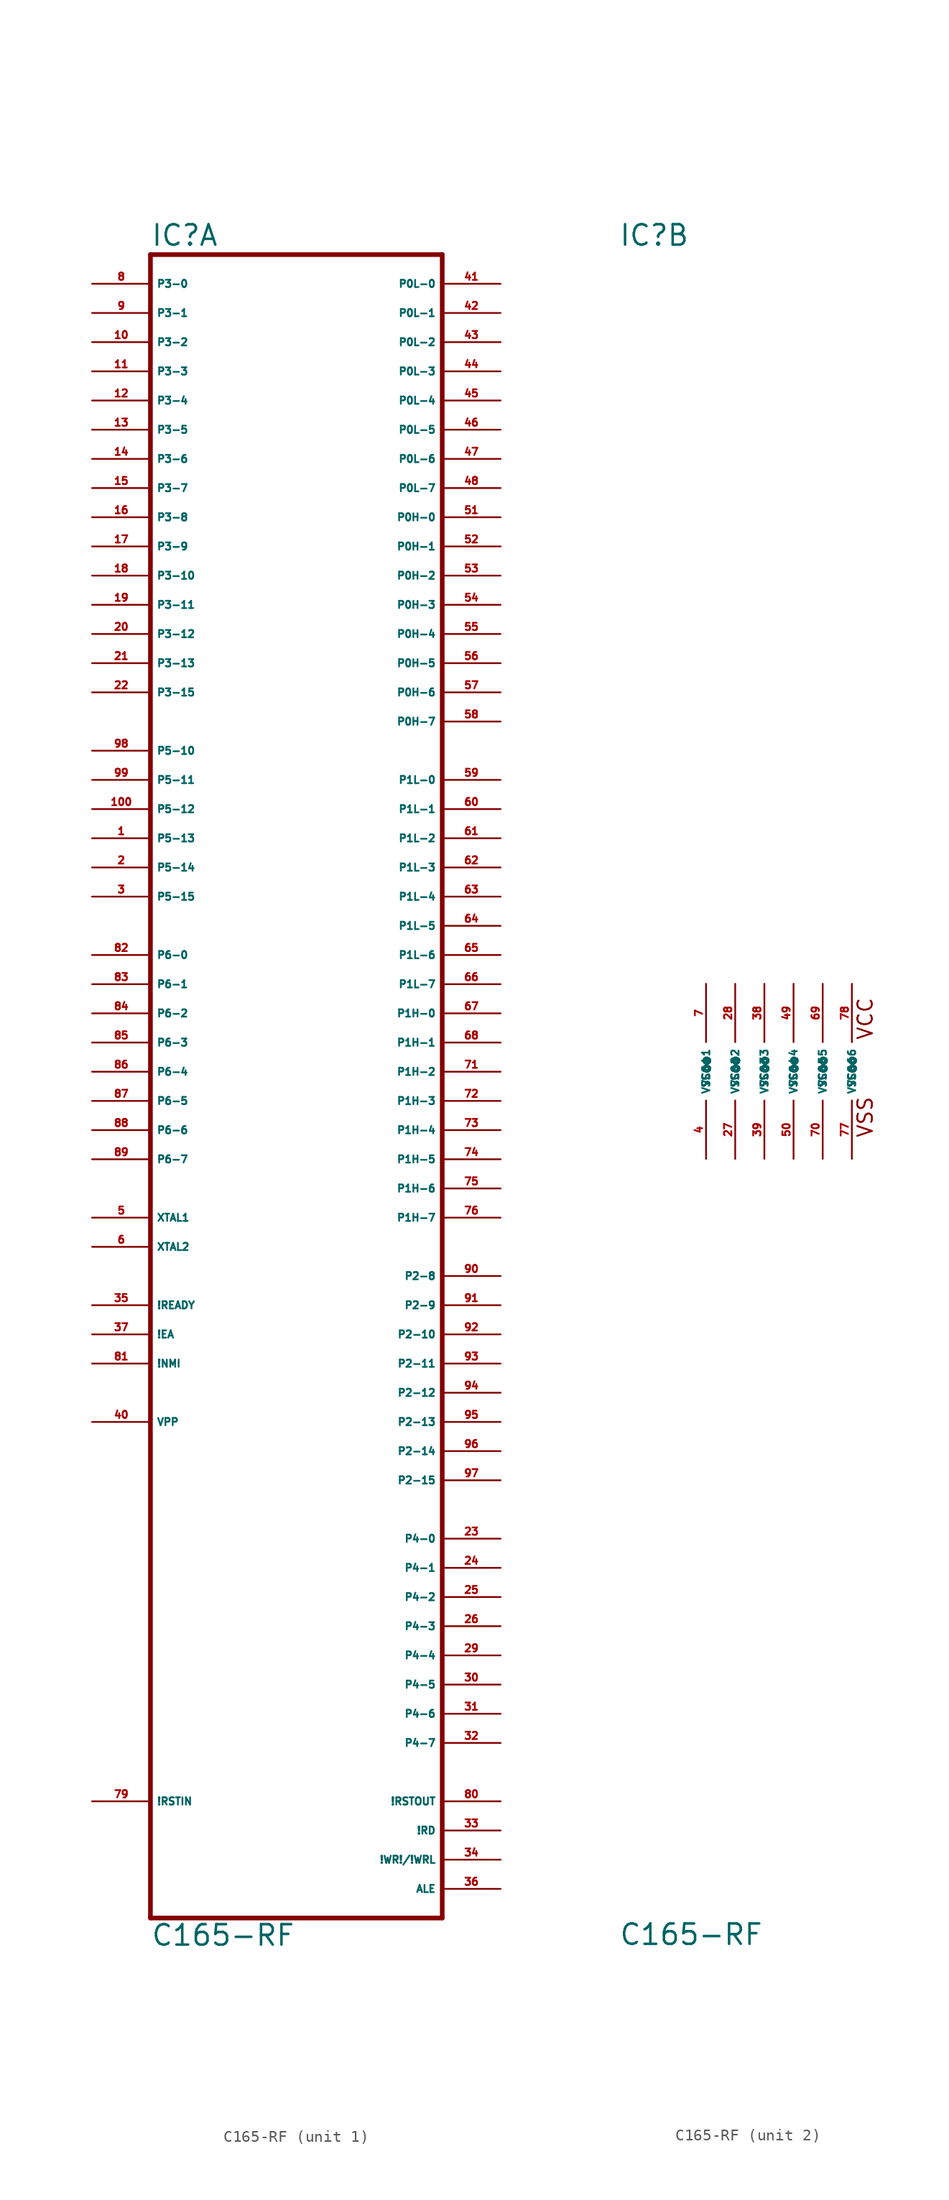
<source format=kicad_sym>
(kicad_symbol_lib
  (version 20220914)
  (generator Eagle2Kicad)
  (symbol "C165-RF"
    (property "Reference" "IC"
      (at -12.7 71.755 0)
      (effects (font (size 1.778 1.778) (thickness 0.22)) (justify left bottom)))
    (property "Value" "C165-RF"
      (at -12.7 -76.2 0)
      (effects (font (size 1.778 1.778) (thickness 0.22)) (justify left bottom)))
    (symbol "C165-RF_1_0"
      (polyline (pts (xy 12.7 71.12) (xy -12.7 71.12)) (stroke (width 0.406) (type default)) (fill (type none)))
      (polyline (pts (xy -12.7 71.12) (xy -12.7 -73.66)) (stroke (width 0.406) (type default)) (fill (type none)))
      (polyline (pts (xy -12.7 -73.66) (xy 12.7 -73.66)) (stroke (width 0.406) (type default)) (fill (type none)))
      (polyline (pts (xy 12.7 -73.66) (xy 12.7 71.12)) (stroke (width 0.406) (type default)) (fill (type none)))
      (pin bidirectional line (at 17.78 66.04 180) (length 5.08) (name "P0L-1" (effects (font (size 0.635 0.635) (thickness 0.08)) (justify left bottom))) (number "42" (effects (font (size 0.635 0.635) (thickness 0.08)) (justify left bottom))))
      (pin bidirectional line (at 17.78 63.5 180) (length 5.08) (name "P0L-2" (effects (font (size 0.635 0.635) (thickness 0.08)) (justify left bottom))) (number "43" (effects (font (size 0.635 0.635) (thickness 0.08)) (justify left bottom))))
      (pin bidirectional line (at 17.78 60.96 180) (length 5.08) (name "P0L-3" (effects (font (size 0.635 0.635) (thickness 0.08)) (justify left bottom))) (number "44" (effects (font (size 0.635 0.635) (thickness 0.08)) (justify left bottom))))
      (pin bidirectional line (at 17.78 58.42 180) (length 5.08) (name "P0L-4" (effects (font (size 0.635 0.635) (thickness 0.08)) (justify left bottom))) (number "45" (effects (font (size 0.635 0.635) (thickness 0.08)) (justify left bottom))))
      (pin bidirectional line (at 17.78 55.88 180) (length 5.08) (name "P0L-5" (effects (font (size 0.635 0.635) (thickness 0.08)) (justify left bottom))) (number "46" (effects (font (size 0.635 0.635) (thickness 0.08)) (justify left bottom))))
      (pin bidirectional line (at 17.78 53.34 180) (length 5.08) (name "P0L-6" (effects (font (size 0.635 0.635) (thickness 0.08)) (justify left bottom))) (number "47" (effects (font (size 0.635 0.635) (thickness 0.08)) (justify left bottom))))
      (pin bidirectional line (at 17.78 50.8 180) (length 5.08) (name "P0L-7" (effects (font (size 0.635 0.635) (thickness 0.08)) (justify left bottom))) (number "48" (effects (font (size 0.635 0.635) (thickness 0.08)) (justify left bottom))))
      (pin bidirectional line (at 17.78 48.26 180) (length 5.08) (name "P0H-0" (effects (font (size 0.635 0.635) (thickness 0.08)) (justify left bottom))) (number "51" (effects (font (size 0.635 0.635) (thickness 0.08)) (justify left bottom))))
      (pin bidirectional line (at 17.78 45.72 180) (length 5.08) (name "P0H-1" (effects (font (size 0.635 0.635) (thickness 0.08)) (justify left bottom))) (number "52" (effects (font (size 0.635 0.635) (thickness 0.08)) (justify left bottom))))
      (pin bidirectional line (at 17.78 43.18 180) (length 5.08) (name "P0H-2" (effects (font (size 0.635 0.635) (thickness 0.08)) (justify left bottom))) (number "53" (effects (font (size 0.635 0.635) (thickness 0.08)) (justify left bottom))))
      (pin bidirectional line (at 17.78 40.64 180) (length 5.08) (name "P0H-3" (effects (font (size 0.635 0.635) (thickness 0.08)) (justify left bottom))) (number "54" (effects (font (size 0.635 0.635) (thickness 0.08)) (justify left bottom))))
      (pin bidirectional line (at 17.78 38.1 180) (length 5.08) (name "P0H-4" (effects (font (size 0.635 0.635) (thickness 0.08)) (justify left bottom))) (number "55" (effects (font (size 0.635 0.635) (thickness 0.08)) (justify left bottom))))
      (pin bidirectional line (at 17.78 35.56 180) (length 5.08) (name "P0H-5" (effects (font (size 0.635 0.635) (thickness 0.08)) (justify left bottom))) (number "56" (effects (font (size 0.635 0.635) (thickness 0.08)) (justify left bottom))))
      (pin bidirectional line (at 17.78 33.02 180) (length 5.08) (name "P0H-6" (effects (font (size 0.635 0.635) (thickness 0.08)) (justify left bottom))) (number "57" (effects (font (size 0.635 0.635) (thickness 0.08)) (justify left bottom))))
      (pin bidirectional line (at 17.78 30.48 180) (length 5.08) (name "P0H-7" (effects (font (size 0.635 0.635) (thickness 0.08)) (justify left bottom))) (number "58" (effects (font (size 0.635 0.635) (thickness 0.08)) (justify left bottom))))
      (pin bidirectional line (at 17.78 68.58 180) (length 5.08) (name "P0L-0" (effects (font (size 0.635 0.635) (thickness 0.08)) (justify left bottom))) (number "41" (effects (font (size 0.635 0.635) (thickness 0.08)) (justify left bottom))))
      (pin input line (at -17.78 20.32 0) (length 5.08) (name "P5-13" (effects (font (size 0.635 0.635) (thickness 0.08)) (justify left bottom))) (number "1" (effects (font (size 0.635 0.635) (thickness 0.08)) (justify left bottom))))
      (pin input line (at -17.78 17.78 0) (length 5.08) (name "P5-14" (effects (font (size 0.635 0.635) (thickness 0.08)) (justify left bottom))) (number "2" (effects (font (size 0.635 0.635) (thickness 0.08)) (justify left bottom))))
      (pin input line (at -17.78 15.24 0) (length 5.08) (name "P5-15" (effects (font (size 0.635 0.635) (thickness 0.08)) (justify left bottom))) (number "3" (effects (font (size 0.635 0.635) (thickness 0.08)) (justify left bottom))))
      (pin bidirectional line (at -17.78 10.16 0) (length 5.08) (name "P6-0" (effects (font (size 0.635 0.635) (thickness 0.08)) (justify left bottom))) (number "82" (effects (font (size 0.635 0.635) (thickness 0.08)) (justify left bottom))))
      (pin bidirectional line (at -17.78 7.62 0) (length 5.08) (name "P6-1" (effects (font (size 0.635 0.635) (thickness 0.08)) (justify left bottom))) (number "83" (effects (font (size 0.635 0.635) (thickness 0.08)) (justify left bottom))))
      (pin bidirectional line (at -17.78 5.08 0) (length 5.08) (name "P6-2" (effects (font (size 0.635 0.635) (thickness 0.08)) (justify left bottom))) (number "84" (effects (font (size 0.635 0.635) (thickness 0.08)) (justify left bottom))))
      (pin bidirectional line (at -17.78 2.54 0) (length 5.08) (name "P6-3" (effects (font (size 0.635 0.635) (thickness 0.08)) (justify left bottom))) (number "85" (effects (font (size 0.635 0.635) (thickness 0.08)) (justify left bottom))))
      (pin bidirectional line (at -17.78 0 0) (length 5.08) (name "P6-4" (effects (font (size 0.635 0.635) (thickness 0.08)) (justify left bottom))) (number "86" (effects (font (size 0.635 0.635) (thickness 0.08)) (justify left bottom))))
      (pin bidirectional line (at -17.78 -2.54 0) (length 5.08) (name "P6-5" (effects (font (size 0.635 0.635) (thickness 0.08)) (justify left bottom))) (number "87" (effects (font (size 0.635 0.635) (thickness 0.08)) (justify left bottom))))
      (pin bidirectional line (at -17.78 -5.08 0) (length 5.08) (name "P6-6" (effects (font (size 0.635 0.635) (thickness 0.08)) (justify left bottom))) (number "88" (effects (font (size 0.635 0.635) (thickness 0.08)) (justify left bottom))))
      (pin bidirectional line (at 17.78 25.4 180) (length 5.08) (name "P1L-0" (effects (font (size 0.635 0.635) (thickness 0.08)) (justify left bottom))) (number "59" (effects (font (size 0.635 0.635) (thickness 0.08)) (justify left bottom))))
      (pin bidirectional line (at 17.78 22.86 180) (length 5.08) (name "P1L-1" (effects (font (size 0.635 0.635) (thickness 0.08)) (justify left bottom))) (number "60" (effects (font (size 0.635 0.635) (thickness 0.08)) (justify left bottom))))
      (pin bidirectional line (at 17.78 20.32 180) (length 5.08) (name "P1L-2" (effects (font (size 0.635 0.635) (thickness 0.08)) (justify left bottom))) (number "61" (effects (font (size 0.635 0.635) (thickness 0.08)) (justify left bottom))))
      (pin bidirectional line (at 17.78 17.78 180) (length 5.08) (name "P1L-3" (effects (font (size 0.635 0.635) (thickness 0.08)) (justify left bottom))) (number "62" (effects (font (size 0.635 0.635) (thickness 0.08)) (justify left bottom))))
      (pin bidirectional line (at 17.78 15.24 180) (length 5.08) (name "P1L-4" (effects (font (size 0.635 0.635) (thickness 0.08)) (justify left bottom))) (number "63" (effects (font (size 0.635 0.635) (thickness 0.08)) (justify left bottom))))
      (pin bidirectional line (at 17.78 12.7 180) (length 5.08) (name "P1L-5" (effects (font (size 0.635 0.635) (thickness 0.08)) (justify left bottom))) (number "64" (effects (font (size 0.635 0.635) (thickness 0.08)) (justify left bottom))))
      (pin bidirectional line (at 17.78 10.16 180) (length 5.08) (name "P1L-6" (effects (font (size 0.635 0.635) (thickness 0.08)) (justify left bottom))) (number "65" (effects (font (size 0.635 0.635) (thickness 0.08)) (justify left bottom))))
      (pin bidirectional line (at 17.78 7.62 180) (length 5.08) (name "P1L-7" (effects (font (size 0.635 0.635) (thickness 0.08)) (justify left bottom))) (number "66" (effects (font (size 0.635 0.635) (thickness 0.08)) (justify left bottom))))
      (pin bidirectional line (at 17.78 5.08 180) (length 5.08) (name "P1H-0" (effects (font (size 0.635 0.635) (thickness 0.08)) (justify left bottom))) (number "67" (effects (font (size 0.635 0.635) (thickness 0.08)) (justify left bottom))))
      (pin bidirectional line (at 17.78 2.54 180) (length 5.08) (name "P1H-1" (effects (font (size 0.635 0.635) (thickness 0.08)) (justify left bottom))) (number "68" (effects (font (size 0.635 0.635) (thickness 0.08)) (justify left bottom))))
      (pin bidirectional line (at 17.78 0 180) (length 5.08) (name "P1H-2" (effects (font (size 0.635 0.635) (thickness 0.08)) (justify left bottom))) (number "71" (effects (font (size 0.635 0.635) (thickness 0.08)) (justify left bottom))))
      (pin bidirectional line (at 17.78 -2.54 180) (length 5.08) (name "P1H-3" (effects (font (size 0.635 0.635) (thickness 0.08)) (justify left bottom))) (number "72" (effects (font (size 0.635 0.635) (thickness 0.08)) (justify left bottom))))
      (pin bidirectional line (at 17.78 -5.08 180) (length 5.08) (name "P1H-4" (effects (font (size 0.635 0.635) (thickness 0.08)) (justify left bottom))) (number "73" (effects (font (size 0.635 0.635) (thickness 0.08)) (justify left bottom))))
      (pin bidirectional line (at 17.78 -7.62 180) (length 5.08) (name "P1H-5" (effects (font (size 0.635 0.635) (thickness 0.08)) (justify left bottom))) (number "74" (effects (font (size 0.635 0.635) (thickness 0.08)) (justify left bottom))))
      (pin bidirectional line (at 17.78 -10.16 180) (length 5.08) (name "P1H-6" (effects (font (size 0.635 0.635) (thickness 0.08)) (justify left bottom))) (number "75" (effects (font (size 0.635 0.635) (thickness 0.08)) (justify left bottom))))
      (pin bidirectional line (at 17.78 -12.7 180) (length 5.08) (name "P1H-7" (effects (font (size 0.635 0.635) (thickness 0.08)) (justify left bottom))) (number "76" (effects (font (size 0.635 0.635) (thickness 0.08)) (justify left bottom))))
      (pin bidirectional line (at 17.78 -17.78 180) (length 5.08) (name "P2-8" (effects (font (size 0.635 0.635) (thickness 0.08)) (justify left bottom))) (number "90" (effects (font (size 0.635 0.635) (thickness 0.08)) (justify left bottom))))
      (pin bidirectional line (at 17.78 -20.32 180) (length 5.08) (name "P2-9" (effects (font (size 0.635 0.635) (thickness 0.08)) (justify left bottom))) (number "91" (effects (font (size 0.635 0.635) (thickness 0.08)) (justify left bottom))))
      (pin bidirectional line (at 17.78 -22.86 180) (length 5.08) (name "P2-10" (effects (font (size 0.635 0.635) (thickness 0.08)) (justify left bottom))) (number "92" (effects (font (size 0.635 0.635) (thickness 0.08)) (justify left bottom))))
      (pin bidirectional line (at 17.78 -25.4 180) (length 5.08) (name "P2-11" (effects (font (size 0.635 0.635) (thickness 0.08)) (justify left bottom))) (number "93" (effects (font (size 0.635 0.635) (thickness 0.08)) (justify left bottom))))
      (pin bidirectional line (at 17.78 -27.94 180) (length 5.08) (name "P2-12" (effects (font (size 0.635 0.635) (thickness 0.08)) (justify left bottom))) (number "94" (effects (font (size 0.635 0.635) (thickness 0.08)) (justify left bottom))))
      (pin bidirectional line (at 17.78 -33.02 180) (length 5.08) (name "P2-14" (effects (font (size 0.635 0.635) (thickness 0.08)) (justify left bottom))) (number "96" (effects (font (size 0.635 0.635) (thickness 0.08)) (justify left bottom))))
      (pin bidirectional line (at 17.78 -35.56 180) (length 5.08) (name "P2-15" (effects (font (size 0.635 0.635) (thickness 0.08)) (justify left bottom))) (number "97" (effects (font (size 0.635 0.635) (thickness 0.08)) (justify left bottom))))
      (pin bidirectional line (at 17.78 -30.48 180) (length 5.08) (name "P2-13" (effects (font (size 0.635 0.635) (thickness 0.08)) (justify left bottom))) (number "95" (effects (font (size 0.635 0.635) (thickness 0.08)) (justify left bottom))))
      (pin bidirectional line (at 17.78 -40.64 180) (length 5.08) (name "P4-0" (effects (font (size 0.635 0.635) (thickness 0.08)) (justify left bottom))) (number "23" (effects (font (size 0.635 0.635) (thickness 0.08)) (justify left bottom))))
      (pin bidirectional line (at 17.78 -43.18 180) (length 5.08) (name "P4-1" (effects (font (size 0.635 0.635) (thickness 0.08)) (justify left bottom))) (number "24" (effects (font (size 0.635 0.635) (thickness 0.08)) (justify left bottom))))
      (pin bidirectional line (at 17.78 -45.72 180) (length 5.08) (name "P4-2" (effects (font (size 0.635 0.635) (thickness 0.08)) (justify left bottom))) (number "25" (effects (font (size 0.635 0.635) (thickness 0.08)) (justify left bottom))))
      (pin bidirectional line (at 17.78 -48.26 180) (length 5.08) (name "P4-3" (effects (font (size 0.635 0.635) (thickness 0.08)) (justify left bottom))) (number "26" (effects (font (size 0.635 0.635) (thickness 0.08)) (justify left bottom))))
      (pin bidirectional line (at 17.78 -50.8 180) (length 5.08) (name "P4-4" (effects (font (size 0.635 0.635) (thickness 0.08)) (justify left bottom))) (number "29" (effects (font (size 0.635 0.635) (thickness 0.08)) (justify left bottom))))
      (pin bidirectional line (at 17.78 -53.34 180) (length 5.08) (name "P4-5" (effects (font (size 0.635 0.635) (thickness 0.08)) (justify left bottom))) (number "30" (effects (font (size 0.635 0.635) (thickness 0.08)) (justify left bottom))))
      (pin bidirectional line (at 17.78 -55.88 180) (length 5.08) (name "P4-6" (effects (font (size 0.635 0.635) (thickness 0.08)) (justify left bottom))) (number "31" (effects (font (size 0.635 0.635) (thickness 0.08)) (justify left bottom))))
      (pin bidirectional line (at 17.78 -58.42 180) (length 5.08) (name "P4-7" (effects (font (size 0.635 0.635) (thickness 0.08)) (justify left bottom))) (number "32" (effects (font (size 0.635 0.635) (thickness 0.08)) (justify left bottom))))
      (pin bidirectional line (at -17.78 68.58 0) (length 5.08) (name "P3-0" (effects (font (size 0.635 0.635) (thickness 0.08)) (justify left bottom))) (number "8" (effects (font (size 0.635 0.635) (thickness 0.08)) (justify left bottom))))
      (pin bidirectional line (at -17.78 66.04 0) (length 5.08) (name "P3-1" (effects (font (size 0.635 0.635) (thickness 0.08)) (justify left bottom))) (number "9" (effects (font (size 0.635 0.635) (thickness 0.08)) (justify left bottom))))
      (pin bidirectional line (at -17.78 63.5 0) (length 5.08) (name "P3-2" (effects (font (size 0.635 0.635) (thickness 0.08)) (justify left bottom))) (number "10" (effects (font (size 0.635 0.635) (thickness 0.08)) (justify left bottom))))
      (pin bidirectional line (at -17.78 60.96 0) (length 5.08) (name "P3-3" (effects (font (size 0.635 0.635) (thickness 0.08)) (justify left bottom))) (number "11" (effects (font (size 0.635 0.635) (thickness 0.08)) (justify left bottom))))
      (pin bidirectional line (at -17.78 58.42 0) (length 5.08) (name "P3-4" (effects (font (size 0.635 0.635) (thickness 0.08)) (justify left bottom))) (number "12" (effects (font (size 0.635 0.635) (thickness 0.08)) (justify left bottom))))
      (pin bidirectional line (at -17.78 55.88 0) (length 5.08) (name "P3-5" (effects (font (size 0.635 0.635) (thickness 0.08)) (justify left bottom))) (number "13" (effects (font (size 0.635 0.635) (thickness 0.08)) (justify left bottom))))
      (pin bidirectional line (at -17.78 53.34 0) (length 5.08) (name "P3-6" (effects (font (size 0.635 0.635) (thickness 0.08)) (justify left bottom))) (number "14" (effects (font (size 0.635 0.635) (thickness 0.08)) (justify left bottom))))
      (pin bidirectional line (at -17.78 50.8 0) (length 5.08) (name "P3-7" (effects (font (size 0.635 0.635) (thickness 0.08)) (justify left bottom))) (number "15" (effects (font (size 0.635 0.635) (thickness 0.08)) (justify left bottom))))
      (pin bidirectional line (at -17.78 48.26 0) (length 5.08) (name "P3-8" (effects (font (size 0.635 0.635) (thickness 0.08)) (justify left bottom))) (number "16" (effects (font (size 0.635 0.635) (thickness 0.08)) (justify left bottom))))
      (pin bidirectional line (at -17.78 45.72 0) (length 5.08) (name "P3-9" (effects (font (size 0.635 0.635) (thickness 0.08)) (justify left bottom))) (number "17" (effects (font (size 0.635 0.635) (thickness 0.08)) (justify left bottom))))
      (pin bidirectional line (at -17.78 43.18 0) (length 5.08) (name "P3-10" (effects (font (size 0.635 0.635) (thickness 0.08)) (justify left bottom))) (number "18" (effects (font (size 0.635 0.635) (thickness 0.08)) (justify left bottom))))
      (pin bidirectional line (at -17.78 40.64 0) (length 5.08) (name "P3-11" (effects (font (size 0.635 0.635) (thickness 0.08)) (justify left bottom))) (number "19" (effects (font (size 0.635 0.635) (thickness 0.08)) (justify left bottom))))
      (pin bidirectional line (at -17.78 38.1 0) (length 5.08) (name "P3-12" (effects (font (size 0.635 0.635) (thickness 0.08)) (justify left bottom))) (number "20" (effects (font (size 0.635 0.635) (thickness 0.08)) (justify left bottom))))
      (pin bidirectional line (at -17.78 35.56 0) (length 5.08) (name "P3-13" (effects (font (size 0.635 0.635) (thickness 0.08)) (justify left bottom))) (number "21" (effects (font (size 0.635 0.635) (thickness 0.08)) (justify left bottom))))
      (pin bidirectional line (at -17.78 33.02 0) (length 5.08) (name "P3-15" (effects (font (size 0.635 0.635) (thickness 0.08)) (justify left bottom))) (number "22" (effects (font (size 0.635 0.635) (thickness 0.08)) (justify left bottom))))
      (pin input line (at -17.78 22.86 0) (length 5.08) (name "P5-12" (effects (font (size 0.635 0.635) (thickness 0.08)) (justify left bottom))) (number "100" (effects (font (size 0.635 0.635) (thickness 0.08)) (justify left bottom))))
      (pin input line (at -17.78 27.94 0) (length 5.08) (name "P5-10" (effects (font (size 0.635 0.635) (thickness 0.08)) (justify left bottom))) (number "98" (effects (font (size 0.635 0.635) (thickness 0.08)) (justify left bottom))))
      (pin input line (at -17.78 25.4 0) (length 5.08) (name "P5-11" (effects (font (size 0.635 0.635) (thickness 0.08)) (justify left bottom))) (number "99" (effects (font (size 0.635 0.635) (thickness 0.08)) (justify left bottom))))
      (pin input line (at -17.78 -12.7 0) (length 5.08) (name "XTAL1" (effects (font (size 0.635 0.635) (thickness 0.08)) (justify left bottom))) (number "5" (effects (font (size 0.635 0.635) (thickness 0.08)) (justify left bottom))))
      (pin output line (at -17.78 -15.24 0) (length 5.08) (name "XTAL2" (effects (font (size 0.635 0.635) (thickness 0.08)) (justify left bottom))) (number "6" (effects (font (size 0.635 0.635) (thickness 0.08)) (justify left bottom))))
      (pin input line (at -17.78 -22.86 0) (length 5.08) (name "!EA" (effects (font (size 0.635 0.635) (thickness 0.08)) (justify left bottom))) (number "37" (effects (font (size 0.635 0.635) (thickness 0.08)) (justify left bottom))))
      (pin bidirectional line (at -17.78 -7.62 0) (length 5.08) (name "P6-7" (effects (font (size 0.635 0.635) (thickness 0.08)) (justify left bottom))) (number "89" (effects (font (size 0.635 0.635) (thickness 0.08)) (justify left bottom))))
      (pin output line (at 17.78 -63.5 180) (length 5.08) (name "!RSTOUT" (effects (font (size 0.635 0.635) (thickness 0.08)) (justify left bottom))) (number "80" (effects (font (size 0.635 0.635) (thickness 0.08)) (justify left bottom))))
      (pin input line (at -17.78 -63.5 0) (length 5.08) (name "!RSTIN" (effects (font (size 0.635 0.635) (thickness 0.08)) (justify left bottom))) (number "79" (effects (font (size 0.635 0.635) (thickness 0.08)) (justify left bottom))))
      (pin output line (at 17.78 -71.12 180) (length 5.08) (name "ALE" (effects (font (size 0.635 0.635) (thickness 0.08)) (justify left bottom))) (number "36" (effects (font (size 0.635 0.635) (thickness 0.08)) (justify left bottom))))
      (pin input line (at -17.78 -20.32 0) (length 5.08) (name "!READY" (effects (font (size 0.635 0.635) (thickness 0.08)) (justify left bottom))) (number "35" (effects (font (size 0.635 0.635) (thickness 0.08)) (justify left bottom))))
      (pin output line (at 17.78 -68.58 180) (length 5.08) (name "!WR!/!WRL" (effects (font (size 0.635 0.635) (thickness 0.08)) (justify left bottom))) (number "34" (effects (font (size 0.635 0.635) (thickness 0.08)) (justify left bottom))))
      (pin output line (at 17.78 -66.04 180) (length 5.08) (name "!RD" (effects (font (size 0.635 0.635) (thickness 0.08)) (justify left bottom))) (number "33" (effects (font (size 0.635 0.635) (thickness 0.08)) (justify left bottom))))
      (pin input line (at -17.78 -25.4 0) (length 5.08) (name "!NMI" (effects (font (size 0.635 0.635) (thickness 0.08)) (justify left bottom))) (number "81" (effects (font (size 0.635 0.635) (thickness 0.08)) (justify left bottom))))
      (pin passive line (at -17.78 -30.48 0) (length 5.08) (name "VPP" (effects (font (size 0.635 0.635) (thickness 0.08)) (justify left bottom))) (number "40" (effects (font (size 0.635 0.635) (thickness 0.08)) (justify left bottom)))))
    (symbol "C165-RF_2_0"
      (text "VCC" (at 9.525 2.667 900) (effects (font (size 1.27 1.27) (thickness 0.16)) (justify left bottom)))
      (text "VSS" (at 9.525 -5.842 900) (effects (font (size 1.27 1.27) (thickness 0.16)) (justify left bottom)))
      (pin unspecified line (at -5.08 7.62 270) (length 5.08) (name "VCC@1" (effects (font (size 0.635 0.635) (thickness 0.08)) (justify left bottom))) (number "7" (effects (font (size 0.635 0.635) (thickness 0.08)) (justify left bottom))))
      (pin unspecified line (at -2.54 7.62 270) (length 5.08) (name "VCC@2" (effects (font (size 0.635 0.635) (thickness 0.08)) (justify left bottom))) (number "28" (effects (font (size 0.635 0.635) (thickness 0.08)) (justify left bottom))))
      (pin unspecified line (at 0 7.62 270) (length 5.08) (name "VCC@3" (effects (font (size 0.635 0.635) (thickness 0.08)) (justify left bottom))) (number "38" (effects (font (size 0.635 0.635) (thickness 0.08)) (justify left bottom))))
      (pin unspecified line (at 2.54 7.62 270) (length 5.08) (name "VCC@4" (effects (font (size 0.635 0.635) (thickness 0.08)) (justify left bottom))) (number "49" (effects (font (size 0.635 0.635) (thickness 0.08)) (justify left bottom))))
      (pin unspecified line (at 5.08 7.62 270) (length 5.08) (name "VCC@5" (effects (font (size 0.635 0.635) (thickness 0.08)) (justify left bottom))) (number "69" (effects (font (size 0.635 0.635) (thickness 0.08)) (justify left bottom))))
      (pin unspecified line (at 7.62 7.62 270) (length 5.08) (name "VCC@6" (effects (font (size 0.635 0.635) (thickness 0.08)) (justify left bottom))) (number "78" (effects (font (size 0.635 0.635) (thickness 0.08)) (justify left bottom))))
      (pin unspecified line (at -5.08 -7.62 90) (length 5.08) (name "VSS@1" (effects (font (size 0.635 0.635) (thickness 0.08)) (justify left bottom))) (number "4" (effects (font (size 0.635 0.635) (thickness 0.08)) (justify left bottom))))
      (pin unspecified line (at -2.54 -7.62 90) (length 5.08) (name "VSS@2" (effects (font (size 0.635 0.635) (thickness 0.08)) (justify left bottom))) (number "27" (effects (font (size 0.635 0.635) (thickness 0.08)) (justify left bottom))))
      (pin unspecified line (at 0 -7.62 90) (length 5.08) (name "VSS@3" (effects (font (size 0.635 0.635) (thickness 0.08)) (justify left bottom))) (number "39" (effects (font (size 0.635 0.635) (thickness 0.08)) (justify left bottom))))
      (pin unspecified line (at 2.54 -7.62 90) (length 5.08) (name "VSS@4" (effects (font (size 0.635 0.635) (thickness 0.08)) (justify left bottom))) (number "50" (effects (font (size 0.635 0.635) (thickness 0.08)) (justify left bottom))))
      (pin unspecified line (at 5.08 -7.62 90) (length 5.08) (name "VSS@5" (effects (font (size 0.635 0.635) (thickness 0.08)) (justify left bottom))) (number "70" (effects (font (size 0.635 0.635) (thickness 0.08)) (justify left bottom))))
      (pin unspecified line (at 7.62 -7.62 90) (length 5.08) (name "VSS@6" (effects (font (size 0.635 0.635) (thickness 0.08)) (justify left bottom))) (number "77" (effects (font (size 0.635 0.635) (thickness 0.08)) (justify left bottom)))))))
</source>
